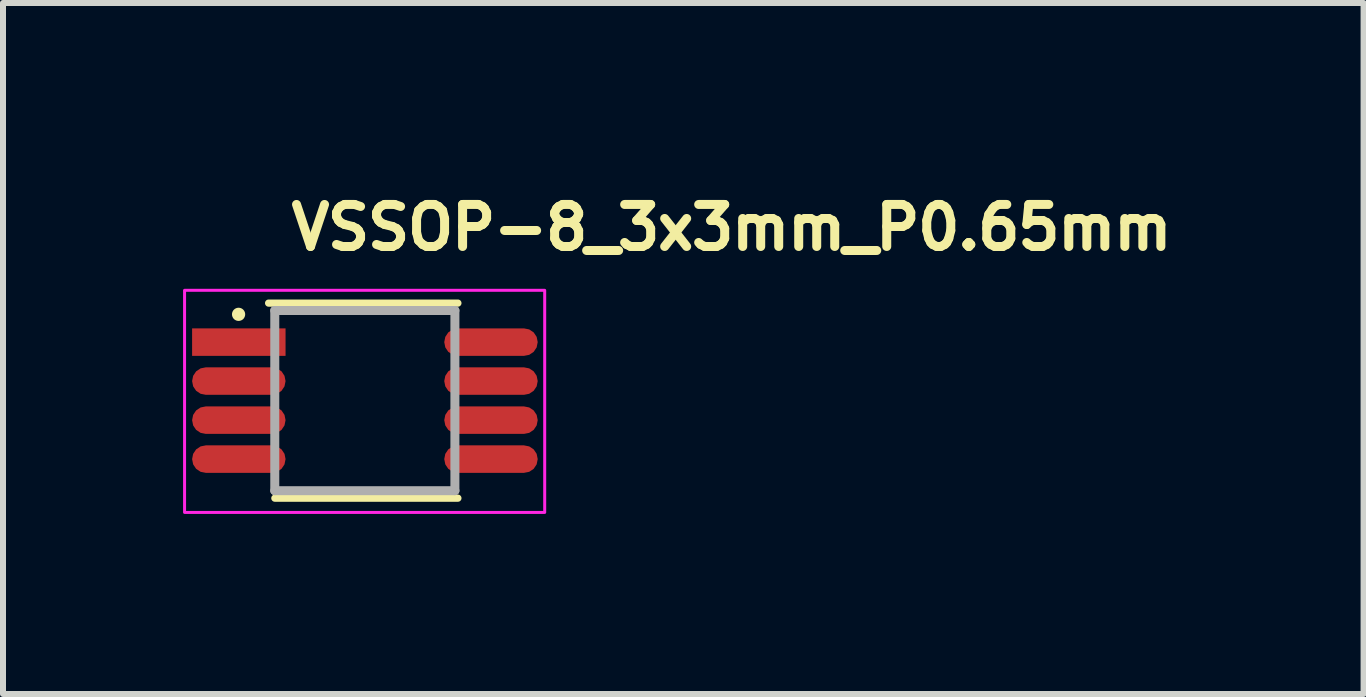
<source format=kicad_pcb>
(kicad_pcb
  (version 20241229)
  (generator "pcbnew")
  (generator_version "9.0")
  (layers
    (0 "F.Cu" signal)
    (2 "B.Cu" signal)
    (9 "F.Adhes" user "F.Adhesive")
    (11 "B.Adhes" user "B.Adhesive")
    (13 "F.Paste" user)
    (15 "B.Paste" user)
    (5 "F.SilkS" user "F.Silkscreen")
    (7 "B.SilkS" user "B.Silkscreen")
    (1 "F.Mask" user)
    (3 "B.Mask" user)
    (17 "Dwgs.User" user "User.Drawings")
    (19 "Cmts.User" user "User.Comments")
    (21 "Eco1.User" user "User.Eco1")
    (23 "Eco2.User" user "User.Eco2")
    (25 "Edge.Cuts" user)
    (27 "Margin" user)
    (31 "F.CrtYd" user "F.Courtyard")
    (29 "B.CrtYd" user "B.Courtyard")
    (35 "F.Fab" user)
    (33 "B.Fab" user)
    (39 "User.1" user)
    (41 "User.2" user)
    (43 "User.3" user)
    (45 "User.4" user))
  (footprint "VSSOP-8_3x3mm_P0.65mm"
    (layer "F.Cu")
    (at 3.025 3.587)
    (property "Reference" "VSSOP-8_3x3mm_P0.65mm" (at -1.3 -2.437 0) (layer "F.SilkS") (effects (font (size 0.7 0.7) (thickness 0.15)) (justify left bottom)))
    (attr smd)
    (fp_line (start -1.6 -1.587) (end 1.554 -1.587) (stroke (width 0.12) (type solid)) (layer "F.SilkS"))
    (fp_line (start -1.496 1.663) (end 1.554 1.663) (stroke (width 0.12) (type solid)) (layer "F.SilkS"))
    (fp_circle (center -2.1 -1.4) (end -2.05 -1.4) (stroke (width 0.12) (type solid)) (fill yes) (layer "F.SilkS"))
    (fp_rect (start -3 -1.8) (end 3 1.9) (stroke (width 0.05) (type solid)) (fill no) (layer "F.CrtYd"))
    (fp_line (start -1.497 -1.464) (end 1.504 -1.464) (stroke (width 0.15) (type solid)) (layer "F.Fab"))
    (fp_line (start -1.497 1.538) (end -1.497 -1.464) (stroke (width 0.15) (type solid)) (layer "F.Fab"))
    (fp_line (start 1.504 -1.464) (end 1.504 1.538) (stroke (width 0.15) (type solid)) (layer "F.Fab"))
    (fp_line (start 1.504 1.538) (end -1.497 1.538) (stroke (width 0.15) (type solid)) (layer "F.Fab"))
    (fp_rect (start -2.448 -1.462) (end 2.455 1.535) (stroke (width 0.1) (type solid)) (fill no) (layer "User.5"))
    (fp_line (start -2.448 -1.09) (end -2.448 -0.786) (stroke (width 0.02) (type solid)) (layer "User.9"))
    (fp_line (start -2.448 -0.441) (end -2.448 -0.135) (stroke (width 0.02) (type solid)) (layer "User.9"))
    (fp_line (start -2.448 0.209) (end -2.448 0.514) (stroke (width 0.02) (type solid)) (layer "User.9"))
    (fp_line (start -2.448 0.859) (end -2.448 1.164) (stroke (width 0.02) (type solid)) (layer "User.9"))
    (fp_line (start -2.216 -1.09) (end -2.448 -1.09) (stroke (width 0.02) (type solid)) (layer "User.9"))
    (fp_line (start -2.216 -1.09) (end -2.088 -1.09) (stroke (width 0.02) (type solid)) (layer "User.9"))
    (fp_line (start -2.216 -0.786) (end -2.448 -0.786) (stroke (width 0.02) (type solid)) (layer "User.9"))
    (fp_line (start -2.216 -0.786) (end -2.088 -0.786) (stroke (width 0.02) (type solid)) (layer "User.9"))
    (fp_line (start -2.216 -0.441) (end -2.448 -0.441) (stroke (width 0.02) (type solid)) (layer "User.9"))
    (fp_line (start -2.216 -0.441) (end -2.088 -0.441) (stroke (width 0.02) (type solid)) (layer "User.9"))
    (fp_line (start -2.216 -0.135) (end -2.448 -0.135) (stroke (width 0.02) (type solid)) (layer "User.9"))
    (fp_line (start -2.216 -0.135) (end -2.088 -0.135) (stroke (width 0.02) (type solid)) (layer "User.9"))
    (fp_line (start -2.216 0.209) (end -2.448 0.209) (stroke (width 0.02) (type solid)) (layer "User.9"))
    (fp_line (start -2.216 0.209) (end -2.088 0.209) (stroke (width 0.02) (type solid)) (layer "User.9"))
    (fp_line (start -2.216 0.514) (end -2.448 0.514) (stroke (width 0.02) (type solid)) (layer "User.9"))
    (fp_line (start -2.216 0.514) (end -2.088 0.514) (stroke (width 0.02) (type solid)) (layer "User.9"))
    (fp_line (start -2.216 0.859) (end -2.448 0.859) (stroke (width 0.02) (type solid)) (layer "User.9"))
    (fp_line (start -2.216 0.859) (end -2.088 0.859) (stroke (width 0.02) (type solid)) (layer "User.9"))
    (fp_line (start -2.216 1.164) (end -2.448 1.164) (stroke (width 0.02) (type solid)) (layer "User.9"))
    (fp_line (start -2.216 1.164) (end -2.088 1.164) (stroke (width 0.02) (type solid)) (layer "User.9"))
    (fp_line (start -2.088 -1.09) (end -2.084 -1.09) (stroke (width 0.02) (type solid)) (layer "User.9"))
    (fp_line (start -2.088 -0.441) (end -2.084 -0.441) (stroke (width 0.02) (type solid)) (layer "User.9"))
    (fp_line (start -2.088 0.209) (end -2.084 0.209) (stroke (width 0.02) (type solid)) (layer "User.9"))
    (fp_line (start -2.088 0.859) (end -2.084 0.859) (stroke (width 0.02) (type solid)) (layer "User.9"))
    (fp_line (start -2.084 -1.09) (end -1.781 -1.09) (stroke (width 0.02) (type solid)) (layer "User.9"))
    (fp_line (start -2.084 -0.786) (end -2.088 -0.786) (stroke (width 0.02) (type solid)) (layer "User.9"))
    (fp_line (start -2.084 -0.786) (end -1.781 -0.786) (stroke (width 0.02) (type solid)) (layer "User.9"))
    (fp_line (start -2.084 -0.441) (end -1.781 -0.441) (stroke (width 0.02) (type solid)) (layer "User.9"))
    (fp_line (start -2.084 -0.135) (end -2.088 -0.135) (stroke (width 0.02) (type solid)) (layer "User.9"))
    (fp_line (start -2.084 -0.135) (end -1.781 -0.135) (stroke (width 0.02) (type solid)) (layer "User.9"))
    (fp_line (start -2.084 0.209) (end -1.781 0.209) (stroke (width 0.02) (type solid)) (layer "User.9"))
    (fp_line (start -2.084 0.514) (end -2.088 0.514) (stroke (width 0.02) (type solid)) (layer "User.9"))
    (fp_line (start -2.084 0.514) (end -1.781 0.514) (stroke (width 0.02) (type solid)) (layer "User.9"))
    (fp_line (start -2.084 0.859) (end -1.781 0.859) (stroke (width 0.02) (type solid)) (layer "User.9"))
    (fp_line (start -2.084 1.164) (end -2.088 1.164) (stroke (width 0.02) (type solid)) (layer "User.9"))
    (fp_line (start -2.084 1.164) (end -1.781 1.164) (stroke (width 0.02) (type solid)) (layer "User.9"))
    (fp_line (start -1.495 -1.434) (end -1.495 -1.363) (stroke (width 0.02) (type solid)) (layer "User.9"))
    (fp_line (start -1.495 -1.434) (end -1.494 -1.436) (stroke (width 0.02) (type solid)) (layer "User.9"))
    (fp_line (start -1.495 -1.363) (end -1.495 1.437) (stroke (width 0.02) (type solid)) (layer "User.9"))
    (fp_line (start -1.495 -1.09) (end -1.781 -1.09) (stroke (width 0.02) (type solid)) (layer "User.9"))
    (fp_line (start -1.495 -0.786) (end -1.781 -0.786) (stroke (width 0.02) (type solid)) (layer "User.9"))
    (fp_line (start -1.495 -0.441) (end -1.781 -0.441) (stroke (width 0.02) (type solid)) (layer "User.9"))
    (fp_line (start -1.495 -0.135) (end -1.781 -0.135) (stroke (width 0.02) (type solid)) (layer "User.9"))
    (fp_line (start -1.495 0.209) (end -1.781 0.209) (stroke (width 0.02) (type solid)) (layer "User.9"))
    (fp_line (start -1.495 0.514) (end -1.781 0.514) (stroke (width 0.02) (type solid)) (layer "User.9"))
    (fp_line (start -1.495 0.859) (end -1.781 0.859) (stroke (width 0.02) (type solid)) (layer "User.9"))
    (fp_line (start -1.495 1.164) (end -1.781 1.164) (stroke (width 0.02) (type solid)) (layer "User.9"))
    (fp_line (start -1.495 1.437) (end -1.495 1.509) (stroke (width 0.02) (type solid)) (layer "User.9"))
    (fp_line (start -1.494 -1.436) (end -1.492 -1.438) (stroke (width 0.02) (type solid)) (layer "User.9"))
    (fp_line (start -1.494 1.51) (end -1.495 1.509) (stroke (width 0.02) (type solid)) (layer "User.9"))
    (fp_line (start -1.492 -1.438) (end -1.491 -1.44) (stroke (width 0.02) (type solid)) (layer "User.9"))
    (fp_line (start -1.492 1.513) (end -1.494 1.51) (stroke (width 0.02) (type solid)) (layer "User.9"))
    (fp_line (start -1.491 -1.44) (end -1.489 -1.442) (stroke (width 0.02) (type solid)) (layer "User.9"))
    (fp_line (start -1.491 1.514) (end -1.492 1.513) (stroke (width 0.02) (type solid)) (layer "User.9"))
    (fp_line (start -1.489 -1.442) (end -1.488 -1.443) (stroke (width 0.02) (type solid)) (layer "User.9"))
    (fp_line (start -1.489 1.517) (end -1.491 1.514) (stroke (width 0.02) (type solid)) (layer "User.9"))
    (fp_line (start -1.488 -1.443) (end -1.486 -1.445) (stroke (width 0.02) (type solid)) (layer "User.9"))
    (fp_line (start -1.488 1.518) (end -1.489 1.517) (stroke (width 0.02) (type solid)) (layer "User.9"))
    (fp_line (start -1.486 -1.445) (end -1.485 -1.447) (stroke (width 0.02) (type solid)) (layer "User.9"))
    (fp_line (start -1.486 1.519) (end -1.488 1.518) (stroke (width 0.02) (type solid)) (layer "User.9"))
    (fp_line (start -1.485 -1.447) (end -1.483 -1.449) (stroke (width 0.02) (type solid)) (layer "User.9"))
    (fp_line (start -1.485 1.522) (end -1.486 1.519) (stroke (width 0.02) (type solid)) (layer "User.9"))
    (fp_line (start -1.483 -1.449) (end -1.481 -1.451) (stroke (width 0.02) (type solid)) (layer "User.9"))
    (fp_line (start -1.483 1.523) (end -1.485 1.522) (stroke (width 0.02) (type solid)) (layer "User.9"))
    (fp_line (start -1.481 -1.451) (end -1.479 -1.453) (stroke (width 0.02) (type solid)) (layer "User.9"))
    (fp_line (start -1.481 1.525) (end -1.483 1.523) (stroke (width 0.02) (type solid)) (layer "User.9"))
    (fp_line (start -1.479 -1.453) (end -1.478 -1.455) (stroke (width 0.02) (type solid)) (layer "User.9"))
    (fp_line (start -1.479 1.526) (end -1.481 1.525) (stroke (width 0.02) (type solid)) (layer "User.9"))
    (fp_line (start -1.478 -1.455) (end -1.476 -1.456) (stroke (width 0.02) (type solid)) (layer "User.9"))
    (fp_line (start -1.478 1.529) (end -1.479 1.526) (stroke (width 0.02) (type solid)) (layer "User.9"))
    (fp_line (start -1.476 -1.456) (end -1.474 -1.458) (stroke (width 0.02) (type solid)) (layer "User.9"))
    (fp_line (start -1.476 1.53) (end -1.478 1.529) (stroke (width 0.02) (type solid)) (layer "User.9"))
    (fp_line (start -1.474 -1.458) (end -1.472 -1.459) (stroke (width 0.02) (type solid)) (layer "User.9"))
    (fp_line (start -1.474 1.531) (end -1.476 1.53) (stroke (width 0.02) (type solid)) (layer "User.9"))
    (fp_line (start -1.472 -1.459) (end -1.47 -1.461) (stroke (width 0.02) (type solid)) (layer "User.9"))
    (fp_line (start -1.472 1.533) (end -1.474 1.531) (stroke (width 0.02) (type solid)) (layer "User.9"))
    (fp_line (start -1.47 -1.461) (end -1.468 -1.462) (stroke (width 0.02) (type solid)) (layer "User.9"))
    (fp_line (start -1.47 1.534) (end -1.472 1.533) (stroke (width 0.02) (type solid)) (layer "User.9"))
    (fp_line (start -1.468 1.535) (end -1.47 1.534) (stroke (width 0.02) (type solid)) (layer "User.9"))
    (fp_line (start -1.468 1.535) (end -1.396 1.535) (stroke (width 0.02) (type solid)) (layer "User.9"))
    (fp_line (start -1.426 -1.299) (end -1.426 -1.294) (stroke (width 0.02) (type solid)) (layer "User.9"))
    (fp_line (start -1.426 1.369) (end -1.426 1.373) (stroke (width 0.02) (type solid)) (layer "User.9"))
    (fp_line (start -1.426 1.373) (end -1.425 1.378) (stroke (width 0.02) (type solid)) (layer "User.9"))
    (fp_line (start -1.425 -1.304) (end -1.426 -1.299) (stroke (width 0.02) (type solid)) (layer "User.9"))
    (fp_line (start -1.425 1.378) (end -1.424 1.384) (stroke (width 0.02) (type solid)) (layer "User.9"))
    (fp_line (start -1.424 -1.309) (end -1.425 -1.304) (stroke (width 0.02) (type solid)) (layer "User.9"))
    (fp_line (start -1.424 1.384) (end -1.423 1.389) (stroke (width 0.02) (type solid)) (layer "User.9"))
    (fp_line (start -1.423 -1.314) (end -1.424 -1.309) (stroke (width 0.02) (type solid)) (layer "User.9"))
    (fp_line (start -1.423 1.389) (end -1.422 1.393) (stroke (width 0.02) (type solid)) (layer "User.9"))
    (fp_line (start -1.422 -1.318) (end -1.423 -1.314) (stroke (width 0.02) (type solid)) (layer "User.9"))
    (fp_line (start -1.422 1.393) (end -1.421 1.397) (stroke (width 0.02) (type solid)) (layer "User.9"))
    (fp_line (start -1.421 -1.324) (end -1.422 -1.318) (stroke (width 0.02) (type solid)) (layer "User.9"))
    (fp_line (start -1.421 1.397) (end -1.419 1.402) (stroke (width 0.02) (type solid)) (layer "User.9"))
    (fp_line (start -1.419 -1.329) (end -1.421 -1.324) (stroke (width 0.02) (type solid)) (layer "User.9"))
    (fp_line (start -1.419 1.402) (end -1.417 1.406) (stroke (width 0.02) (type solid)) (layer "User.9"))
    (fp_line (start -1.417 -1.333) (end -1.419 -1.329) (stroke (width 0.02) (type solid)) (layer "User.9"))
    (fp_line (start -1.417 1.406) (end -1.415 1.41) (stroke (width 0.02) (type solid)) (layer "User.9"))
    (fp_line (start -1.415 -1.337) (end -1.417 -1.333) (stroke (width 0.02) (type solid)) (layer "User.9"))
    (fp_line (start -1.415 1.41) (end -1.413 1.414) (stroke (width 0.02) (type solid)) (layer "User.9"))
    (fp_line (start -1.413 -1.341) (end -1.415 -1.337) (stroke (width 0.02) (type solid)) (layer "User.9"))
    (fp_line (start -1.413 1.414) (end -1.411 1.418) (stroke (width 0.02) (type solid)) (layer "User.9"))
    (fp_line (start -1.411 -1.345) (end -1.413 -1.341) (stroke (width 0.02) (type solid)) (layer "User.9"))
    (fp_line (start -1.411 1.418) (end -1.408 1.422) (stroke (width 0.02) (type solid)) (layer "User.9"))
    (fp_line (start -1.408 -1.349) (end -1.411 -1.345) (stroke (width 0.02) (type solid)) (layer "User.9"))
    (fp_line (start -1.408 1.422) (end -1.405 1.426) (stroke (width 0.02) (type solid)) (layer "User.9"))
    (fp_line (start -1.405 -1.353) (end -1.408 -1.349) (stroke (width 0.02) (type solid)) (layer "User.9"))
    (fp_line (start -1.405 1.426) (end -1.402 1.43) (stroke (width 0.02) (type solid)) (layer "User.9"))
    (fp_line (start -1.402 -1.356) (end -1.405 -1.353) (stroke (width 0.02) (type solid)) (layer "User.9"))
    (fp_line (start -1.402 1.43) (end -1.399 1.433) (stroke (width 0.02) (type solid)) (layer "User.9"))
    (fp_line (start -1.399 -1.359) (end -1.402 -1.356) (stroke (width 0.02) (type solid)) (layer "User.9"))
    (fp_line (start -1.399 1.433) (end -1.396 1.437) (stroke (width 0.02) (type solid)) (layer "User.9"))
    (fp_line (start -1.396 -1.462) (end -1.468 -1.462) (stroke (width 0.02) (type solid)) (layer "User.9"))
    (fp_line (start -1.396 -1.363) (end -1.399 -1.359) (stroke (width 0.02) (type solid)) (layer "User.9"))
    (fp_line (start -1.396 1.437) (end -1.393 1.441) (stroke (width 0.02) (type solid)) (layer "User.9"))
    (fp_line (start -1.396 1.535) (end 1.403 1.535) (stroke (width 0.02) (type solid)) (layer "User.9"))
    (fp_line (start -1.393 -1.366) (end -1.396 -1.363) (stroke (width 0.02) (type solid)) (layer "User.9"))
    (fp_line (start -1.393 1.441) (end -1.39 1.444) (stroke (width 0.02) (type solid)) (layer "User.9"))
    (fp_line (start -1.39 -1.369) (end -1.393 -1.366) (stroke (width 0.02) (type solid)) (layer "User.9"))
    (fp_line (start -1.39 1.444) (end -1.386 1.446) (stroke (width 0.02) (type solid)) (layer "User.9"))
    (fp_line (start -1.386 -1.372) (end -1.39 -1.369) (stroke (width 0.02) (type solid)) (layer "User.9"))
    (fp_line (start -1.386 1.446) (end -1.383 1.449) (stroke (width 0.02) (type solid)) (layer "User.9"))
    (fp_line (start -1.383 -1.375) (end -1.386 -1.372) (stroke (width 0.02) (type solid)) (layer "User.9"))
    (fp_line (start -1.383 1.449) (end -1.379 1.453) (stroke (width 0.02) (type solid)) (layer "User.9"))
    (fp_line (start -1.379 -1.378) (end -1.383 -1.375) (stroke (width 0.02) (type solid)) (layer "User.9"))
    (fp_line (start -1.379 1.453) (end -1.375 1.454) (stroke (width 0.02) (type solid)) (layer "User.9"))
    (fp_line (start -1.375 -1.38) (end -1.379 -1.378) (stroke (width 0.02) (type solid)) (layer "User.9"))
    (fp_line (start -1.375 1.454) (end -1.37 1.457) (stroke (width 0.02) (type solid)) (layer "User.9"))
    (fp_line (start -1.37 -1.382) (end -1.375 -1.38) (stroke (width 0.02) (type solid)) (layer "User.9"))
    (fp_line (start -1.37 1.457) (end -1.366 1.458) (stroke (width 0.02) (type solid)) (layer "User.9"))
    (fp_line (start -1.366 -1.384) (end -1.37 -1.382) (stroke (width 0.02) (type solid)) (layer "User.9"))
    (fp_line (start -1.366 1.458) (end -1.362 1.461) (stroke (width 0.02) (type solid)) (layer "User.9"))
    (fp_line (start -1.362 -1.387) (end -1.366 -1.384) (stroke (width 0.02) (type solid)) (layer "User.9"))
    (fp_line (start -1.362 1.461) (end -1.357 1.462) (stroke (width 0.02) (type solid)) (layer "User.9"))
    (fp_line (start -1.357 -1.389) (end -1.362 -1.387) (stroke (width 0.02) (type solid)) (layer "User.9"))
    (fp_line (start -1.357 1.462) (end -1.353 1.464) (stroke (width 0.02) (type solid)) (layer "User.9"))
    (fp_line (start -1.353 -1.39) (end -1.357 -1.389) (stroke (width 0.02) (type solid)) (layer "User.9"))
    (fp_line (start -1.353 1.464) (end -1.348 1.465) (stroke (width 0.02) (type solid)) (layer "User.9"))
    (fp_line (start -1.348 -1.391) (end -1.353 -1.39) (stroke (width 0.02) (type solid)) (layer "User.9"))
    (fp_line (start -1.348 1.465) (end -1.343 1.465) (stroke (width 0.02) (type solid)) (layer "User.9"))
    (fp_line (start -1.343 -1.392) (end -1.348 -1.391) (stroke (width 0.02) (type solid)) (layer "User.9"))
    (fp_line (start -1.343 1.465) (end -1.338 1.466) (stroke (width 0.02) (type solid)) (layer "User.9"))
    (fp_line (start -1.338 -1.393) (end -1.343 -1.392) (stroke (width 0.02) (type solid)) (layer "User.9"))
    (fp_line (start -1.338 1.466) (end -1.333 1.466) (stroke (width 0.02) (type solid)) (layer "User.9"))
    (fp_line (start -1.333 -1.393) (end -1.338 -1.393) (stroke (width 0.02) (type solid)) (layer "User.9"))
    (fp_line (start -1.333 1.466) (end -1.327 1.468) (stroke (width 0.02) (type solid)) (layer "User.9"))
    (fp_line (start -1.327 -1.394) (end -1.333 -1.393) (stroke (width 0.02) (type solid)) (layer "User.9"))
    (fp_line (start 1.335 1.468) (end 1.341 1.466) (stroke (width 0.02) (type solid)) (layer "User.9"))
    (fp_line (start 1.341 -1.393) (end 1.335 -1.394) (stroke (width 0.02) (type solid)) (layer "User.9"))
    (fp_line (start 1.341 1.466) (end 1.346 1.466) (stroke (width 0.02) (type solid)) (layer "User.9"))
    (fp_line (start 1.346 -1.393) (end 1.341 -1.393) (stroke (width 0.02) (type solid)) (layer "User.9"))
    (fp_line (start 1.346 1.466) (end 1.35 1.465) (stroke (width 0.02) (type solid)) (layer "User.9"))
    (fp_line (start 1.35 -1.392) (end 1.346 -1.393) (stroke (width 0.02) (type solid)) (layer "User.9"))
    (fp_line (start 1.35 1.465) (end 1.355 1.465) (stroke (width 0.02) (type solid)) (layer "User.9"))
    (fp_line (start 1.355 -1.391) (end 1.35 -1.392) (stroke (width 0.02) (type solid)) (layer "User.9"))
    (fp_line (start 1.355 1.465) (end 1.359 1.464) (stroke (width 0.02) (type solid)) (layer "User.9"))
    (fp_line (start 1.359 -1.39) (end 1.355 -1.391) (stroke (width 0.02) (type solid)) (layer "User.9"))
    (fp_line (start 1.359 1.464) (end 1.364 1.462) (stroke (width 0.02) (type solid)) (layer "User.9"))
    (fp_line (start 1.364 -1.389) (end 1.359 -1.39) (stroke (width 0.02) (type solid)) (layer "User.9"))
    (fp_line (start 1.364 1.462) (end 1.368 1.461) (stroke (width 0.02) (type solid)) (layer "User.9"))
    (fp_line (start 1.368 -1.387) (end 1.364 -1.389) (stroke (width 0.02) (type solid)) (layer "User.9"))
    (fp_line (start 1.368 1.461) (end 1.374 1.458) (stroke (width 0.02) (type solid)) (layer "User.9"))
    (fp_line (start 1.374 -1.384) (end 1.368 -1.387) (stroke (width 0.02) (type solid)) (layer "User.9"))
    (fp_line (start 1.374 1.458) (end 1.378 1.457) (stroke (width 0.02) (type solid)) (layer "User.9"))
    (fp_line (start 1.378 -1.382) (end 1.374 -1.384) (stroke (width 0.02) (type solid)) (layer "User.9"))
    (fp_line (start 1.378 1.457) (end 1.382 1.454) (stroke (width 0.02) (type solid)) (layer "User.9"))
    (fp_line (start 1.382 -1.38) (end 1.378 -1.382) (stroke (width 0.02) (type solid)) (layer "User.9"))
    (fp_line (start 1.382 1.454) (end 1.386 1.453) (stroke (width 0.02) (type solid)) (layer "User.9"))
    (fp_line (start 1.386 -1.378) (end 1.382 -1.38) (stroke (width 0.02) (type solid)) (layer "User.9"))
    (fp_line (start 1.386 1.453) (end 1.39 1.449) (stroke (width 0.02) (type solid)) (layer "User.9"))
    (fp_line (start 1.39 -1.375) (end 1.386 -1.378) (stroke (width 0.02) (type solid)) (layer "User.9"))
    (fp_line (start 1.39 1.449) (end 1.394 1.446) (stroke (width 0.02) (type solid)) (layer "User.9"))
    (fp_line (start 1.394 -1.372) (end 1.39 -1.375) (stroke (width 0.02) (type solid)) (layer "User.9"))
    (fp_line (start 1.394 1.446) (end 1.398 1.444) (stroke (width 0.02) (type solid)) (layer "User.9"))
    (fp_line (start 1.398 -1.369) (end 1.394 -1.372) (stroke (width 0.02) (type solid)) (layer "User.9"))
    (fp_line (start 1.398 1.444) (end 1.4 1.441) (stroke (width 0.02) (type solid)) (layer "User.9"))
    (fp_line (start 1.4 -1.366) (end 1.398 -1.369) (stroke (width 0.02) (type solid)) (layer "User.9"))
    (fp_line (start 1.4 1.441) (end 1.404 1.437) (stroke (width 0.02) (type solid)) (layer "User.9"))
    (fp_line (start 1.403 -1.462) (end -1.396 -1.462) (stroke (width 0.02) (type solid)) (layer "User.9"))
    (fp_line (start 1.403 1.535) (end 1.475 1.535) (stroke (width 0.02) (type solid)) (layer "User.9"))
    (fp_line (start 1.404 -1.363) (end 1.4 -1.366) (stroke (width 0.02) (type solid)) (layer "User.9"))
    (fp_line (start 1.404 1.437) (end 1.407 1.433) (stroke (width 0.02) (type solid)) (layer "User.9"))
    (fp_line (start 1.407 -1.359) (end 1.404 -1.363) (stroke (width 0.02) (type solid)) (layer "User.9"))
    (fp_line (start 1.407 1.433) (end 1.411 1.43) (stroke (width 0.02) (type solid)) (layer "User.9"))
    (fp_line (start 1.411 -1.356) (end 1.407 -1.359) (stroke (width 0.02) (type solid)) (layer "User.9"))
    (fp_line (start 1.411 1.43) (end 1.414 1.426) (stroke (width 0.02) (type solid)) (layer "User.9"))
    (fp_line (start 1.414 -1.353) (end 1.411 -1.356) (stroke (width 0.02) (type solid)) (layer "User.9"))
    (fp_line (start 1.414 1.426) (end 1.416 1.422) (stroke (width 0.02) (type solid)) (layer "User.9"))
    (fp_line (start 1.416 -1.349) (end 1.414 -1.353) (stroke (width 0.02) (type solid)) (layer "User.9"))
    (fp_line (start 1.416 1.422) (end 1.419 1.418) (stroke (width 0.02) (type solid)) (layer "User.9"))
    (fp_line (start 1.419 -1.345) (end 1.416 -1.349) (stroke (width 0.02) (type solid)) (layer "User.9"))
    (fp_line (start 1.419 1.418) (end 1.422 1.414) (stroke (width 0.02) (type solid)) (layer "User.9"))
    (fp_line (start 1.422 -1.341) (end 1.419 -1.345) (stroke (width 0.02) (type solid)) (layer "User.9"))
    (fp_line (start 1.422 1.414) (end 1.423 1.41) (stroke (width 0.02) (type solid)) (layer "User.9"))
    (fp_line (start 1.423 -1.337) (end 1.422 -1.341) (stroke (width 0.02) (type solid)) (layer "User.9"))
    (fp_line (start 1.423 1.41) (end 1.426 1.406) (stroke (width 0.02) (type solid)) (layer "User.9"))
    (fp_line (start 1.426 -1.333) (end 1.423 -1.337) (stroke (width 0.02) (type solid)) (layer "User.9"))
    (fp_line (start 1.426 1.406) (end 1.427 1.402) (stroke (width 0.02) (type solid)) (layer "User.9"))
    (fp_line (start 1.427 -1.329) (end 1.426 -1.333) (stroke (width 0.02) (type solid)) (layer "User.9"))
    (fp_line (start 1.427 1.402) (end 1.43 1.397) (stroke (width 0.02) (type solid)) (layer "User.9"))
    (fp_line (start 1.43 -1.324) (end 1.427 -1.329) (stroke (width 0.02) (type solid)) (layer "User.9"))
    (fp_line (start 1.43 1.397) (end 1.431 1.393) (stroke (width 0.02) (type solid)) (layer "User.9"))
    (fp_line (start 1.431 -1.318) (end 1.43 -1.324) (stroke (width 0.02) (type solid)) (layer "User.9"))
    (fp_line (start 1.431 -1.314) (end 1.431 -1.318) (stroke (width 0.02) (type solid)) (layer "User.9"))
    (fp_line (start 1.431 1.389) (end 1.432 1.384) (stroke (width 0.02) (type solid)) (layer "User.9"))
    (fp_line (start 1.431 1.393) (end 1.431 1.389) (stroke (width 0.02) (type solid)) (layer "User.9"))
    (fp_line (start 1.432 -1.309) (end 1.431 -1.314) (stroke (width 0.02) (type solid)) (layer "User.9"))
    (fp_line (start 1.432 1.384) (end 1.434 1.378) (stroke (width 0.02) (type solid)) (layer "User.9"))
    (fp_line (start 1.434 -1.304) (end 1.432 -1.309) (stroke (width 0.02) (type solid)) (layer "User.9"))
    (fp_line (start 1.434 -1.299) (end 1.434 -1.304) (stroke (width 0.02) (type solid)) (layer "User.9"))
    (fp_line (start 1.434 1.373) (end 1.435 1.369) (stroke (width 0.02) (type solid)) (layer "User.9"))
    (fp_line (start 1.434 1.378) (end 1.434 1.373) (stroke (width 0.02) (type solid)) (layer "User.9"))
    (fp_line (start 1.435 -1.294) (end 1.434 -1.299) (stroke (width 0.02) (type solid)) (layer "User.9"))
    (fp_line (start 1.475 -1.462) (end 1.403 -1.462) (stroke (width 0.02) (type solid)) (layer "User.9"))
    (fp_line (start 1.475 -1.462) (end 1.478 -1.461) (stroke (width 0.02) (type solid)) (layer "User.9"))
    (fp_line (start 1.478 -1.461) (end 1.479 -1.459) (stroke (width 0.02) (type solid)) (layer "User.9"))
    (fp_line (start 1.478 1.534) (end 1.475 1.535) (stroke (width 0.02) (type solid)) (layer "User.9"))
    (fp_line (start 1.479 -1.459) (end 1.482 -1.458) (stroke (width 0.02) (type solid)) (layer "User.9"))
    (fp_line (start 1.479 1.533) (end 1.478 1.534) (stroke (width 0.02) (type solid)) (layer "User.9"))
    (fp_line (start 1.482 -1.458) (end 1.483 -1.456) (stroke (width 0.02) (type solid)) (layer "User.9"))
    (fp_line (start 1.482 1.531) (end 1.479 1.533) (stroke (width 0.02) (type solid)) (layer "User.9"))
    (fp_line (start 1.483 -1.456) (end 1.484 -1.455) (stroke (width 0.02) (type solid)) (layer "User.9"))
    (fp_line (start 1.483 1.53) (end 1.482 1.531) (stroke (width 0.02) (type solid)) (layer "User.9"))
    (fp_line (start 1.484 -1.455) (end 1.487 -1.453) (stroke (width 0.02) (type solid)) (layer "User.9"))
    (fp_line (start 1.484 1.529) (end 1.483 1.53) (stroke (width 0.02) (type solid)) (layer "User.9"))
    (fp_line (start 1.487 -1.453) (end 1.488 -1.451) (stroke (width 0.02) (type solid)) (layer "User.9"))
    (fp_line (start 1.487 1.526) (end 1.484 1.529) (stroke (width 0.02) (type solid)) (layer "User.9"))
    (fp_line (start 1.488 -1.451) (end 1.491 -1.449) (stroke (width 0.02) (type solid)) (layer "User.9"))
    (fp_line (start 1.488 1.525) (end 1.487 1.526) (stroke (width 0.02) (type solid)) (layer "User.9"))
    (fp_line (start 1.491 -1.449) (end 1.492 -1.447) (stroke (width 0.02) (type solid)) (layer "User.9"))
    (fp_line (start 1.491 1.523) (end 1.488 1.525) (stroke (width 0.02) (type solid)) (layer "User.9"))
    (fp_line (start 1.492 -1.447) (end 1.493 -1.445) (stroke (width 0.02) (type solid)) (layer "User.9"))
    (fp_line (start 1.492 1.522) (end 1.491 1.523) (stroke (width 0.02) (type solid)) (layer "User.9"))
    (fp_line (start 1.493 -1.445) (end 1.496 -1.443) (stroke (width 0.02) (type solid)) (layer "User.9"))
    (fp_line (start 1.493 1.519) (end 1.492 1.522) (stroke (width 0.02) (type solid)) (layer "User.9"))
    (fp_line (start 1.496 -1.443) (end 1.496 -1.442) (stroke (width 0.02) (type solid)) (layer "User.9"))
    (fp_line (start 1.496 -1.442) (end 1.499 -1.44) (stroke (width 0.02) (type solid)) (layer "User.9"))
    (fp_line (start 1.496 1.517) (end 1.496 1.518) (stroke (width 0.02) (type solid)) (layer "User.9"))
    (fp_line (start 1.496 1.518) (end 1.493 1.519) (stroke (width 0.02) (type solid)) (layer "User.9"))
    (fp_line (start 1.499 -1.44) (end 1.5 -1.438) (stroke (width 0.02) (type solid)) (layer "User.9"))
    (fp_line (start 1.499 1.514) (end 1.496 1.517) (stroke (width 0.02) (type solid)) (layer "User.9"))
    (fp_line (start 1.5 -1.438) (end 1.501 -1.436) (stroke (width 0.02) (type solid)) (layer "User.9"))
    (fp_line (start 1.5 1.513) (end 1.499 1.514) (stroke (width 0.02) (type solid)) (layer "User.9"))
    (fp_line (start 1.501 -1.436) (end 1.503 -1.434) (stroke (width 0.02) (type solid)) (layer "User.9"))
    (fp_line (start 1.501 1.51) (end 1.5 1.513) (stroke (width 0.02) (type solid)) (layer "User.9"))
    (fp_line (start 1.503 -1.363) (end 1.503 -1.434) (stroke (width 0.02) (type solid)) (layer "User.9"))
    (fp_line (start 1.503 -1.09) (end 1.789 -1.09) (stroke (width 0.02) (type solid)) (layer "User.9"))
    (fp_line (start 1.503 -0.786) (end 1.789 -0.786) (stroke (width 0.02) (type solid)) (layer "User.9"))
    (fp_line (start 1.503 -0.441) (end 1.789 -0.441) (stroke (width 0.02) (type solid)) (layer "User.9"))
    (fp_line (start 1.503 -0.135) (end 1.789 -0.135) (stroke (width 0.02) (type solid)) (layer "User.9"))
    (fp_line (start 1.503 0.209) (end 1.789 0.209) (stroke (width 0.02) (type solid)) (layer "User.9"))
    (fp_line (start 1.503 0.514) (end 1.789 0.514) (stroke (width 0.02) (type solid)) (layer "User.9"))
    (fp_line (start 1.503 0.859) (end 1.789 0.859) (stroke (width 0.02) (type solid)) (layer "User.9"))
    (fp_line (start 1.503 1.164) (end 1.789 1.164) (stroke (width 0.02) (type solid)) (layer "User.9"))
    (fp_line (start 1.503 1.437) (end 1.503 -1.363) (stroke (width 0.02) (type solid)) (layer "User.9"))
    (fp_line (start 1.503 1.509) (end 1.501 1.51) (stroke (width 0.02) (type solid)) (layer "User.9"))
    (fp_line (start 1.503 1.509) (end 1.503 1.437) (stroke (width 0.02) (type solid)) (layer "User.9"))
    (fp_line (start 2.092 -1.09) (end 1.789 -1.09) (stroke (width 0.02) (type solid)) (layer "User.9"))
    (fp_line (start 2.092 -1.09) (end 2.097 -1.09) (stroke (width 0.02) (type solid)) (layer "User.9"))
    (fp_line (start 2.092 -0.786) (end 1.789 -0.786) (stroke (width 0.02) (type solid)) (layer "User.9"))
    (fp_line (start 2.092 -0.441) (end 1.789 -0.441) (stroke (width 0.02) (type solid)) (layer "User.9"))
    (fp_line (start 2.092 -0.441) (end 2.097 -0.441) (stroke (width 0.02) (type solid)) (layer "User.9"))
    (fp_line (start 2.092 -0.135) (end 1.789 -0.135) (stroke (width 0.02) (type solid)) (layer "User.9"))
    (fp_line (start 2.092 0.209) (end 1.789 0.209) (stroke (width 0.02) (type solid)) (layer "User.9"))
    (fp_line (start 2.092 0.209) (end 2.097 0.209) (stroke (width 0.02) (type solid)) (layer "User.9"))
    (fp_line (start 2.092 0.514) (end 1.789 0.514) (stroke (width 0.02) (type solid)) (layer "User.9"))
    (fp_line (start 2.092 0.859) (end 1.789 0.859) (stroke (width 0.02) (type solid)) (layer "User.9"))
    (fp_line (start 2.092 0.859) (end 2.097 0.859) (stroke (width 0.02) (type solid)) (layer "User.9"))
    (fp_line (start 2.092 1.164) (end 1.789 1.164) (stroke (width 0.02) (type solid)) (layer "User.9"))
    (fp_line (start 2.097 -0.786) (end 2.092 -0.786) (stroke (width 0.02) (type solid)) (layer "User.9"))
    (fp_line (start 2.097 -0.135) (end 2.092 -0.135) (stroke (width 0.02) (type solid)) (layer "User.9"))
    (fp_line (start 2.097 0.514) (end 2.092 0.514) (stroke (width 0.02) (type solid)) (layer "User.9"))
    (fp_line (start 2.097 1.164) (end 2.092 1.164) (stroke (width 0.02) (type solid)) (layer "User.9"))
    (fp_line (start 2.224 -1.09) (end 2.097 -1.09) (stroke (width 0.02) (type solid)) (layer "User.9"))
    (fp_line (start 2.224 -1.09) (end 2.455 -1.09) (stroke (width 0.02) (type solid)) (layer "User.9"))
    (fp_line (start 2.224 -0.786) (end 2.097 -0.786) (stroke (width 0.02) (type solid)) (layer "User.9"))
    (fp_line (start 2.224 -0.786) (end 2.455 -0.786) (stroke (width 0.02) (type solid)) (layer "User.9"))
    (fp_line (start 2.224 -0.441) (end 2.097 -0.441) (stroke (width 0.02) (type solid)) (layer "User.9"))
    (fp_line (start 2.224 -0.441) (end 2.455 -0.441) (stroke (width 0.02) (type solid)) (layer "User.9"))
    (fp_line (start 2.224 -0.135) (end 2.097 -0.135) (stroke (width 0.02) (type solid)) (layer "User.9"))
    (fp_line (start 2.224 -0.135) (end 2.455 -0.135) (stroke (width 0.02) (type solid)) (layer "User.9"))
    (fp_line (start 2.224 0.209) (end 2.097 0.209) (stroke (width 0.02) (type solid)) (layer "User.9"))
    (fp_line (start 2.224 0.209) (end 2.455 0.209) (stroke (width 0.02) (type solid)) (layer "User.9"))
    (fp_line (start 2.224 0.514) (end 2.097 0.514) (stroke (width 0.02) (type solid)) (layer "User.9"))
    (fp_line (start 2.224 0.514) (end 2.455 0.514) (stroke (width 0.02) (type solid)) (layer "User.9"))
    (fp_line (start 2.224 0.859) (end 2.097 0.859) (stroke (width 0.02) (type solid)) (layer "User.9"))
    (fp_line (start 2.224 0.859) (end 2.455 0.859) (stroke (width 0.02) (type solid)) (layer "User.9"))
    (fp_line (start 2.224 1.164) (end 2.097 1.164) (stroke (width 0.02) (type solid)) (layer "User.9"))
    (fp_line (start 2.224 1.164) (end 2.455 1.164) (stroke (width 0.02) (type solid)) (layer "User.9"))
    (fp_line (start 2.455 -0.786) (end 2.455 -1.09) (stroke (width 0.02) (type solid)) (layer "User.9"))
    (fp_line (start 2.455 -0.135) (end 2.455 -0.441) (stroke (width 0.02) (type solid)) (layer "User.9"))
    (fp_line (start 2.455 0.514) (end 2.455 0.209) (stroke (width 0.02) (type solid)) (layer "User.9"))
    (fp_line (start 2.455 1.164) (end 2.455 0.859) (stroke (width 0.02) (type solid)) (layer "User.9"))
    (pad "1" smd rect (at -2.096 -0.937) (size 1.557 0.458) (layers "F.Cu" "F.Mask" "F.Paste"))
    (pad "2" smd roundrect (at -2.096 -0.288) (size 1.557 0.458) (layers "F.Cu" "F.Mask" "F.Paste") (roundrect_rratio 0.5))
    (pad "3" smd roundrect (at -2.096 0.363) (size 1.557 0.458) (layers "F.Cu" "F.Mask" "F.Paste") (roundrect_rratio 0.5))
    (pad "4" smd roundrect (at -2.096 1.012) (size 1.557 0.458) (layers "F.Cu" "F.Mask" "F.Paste") (roundrect_rratio 0.5))
    (pad "5" smd roundrect (at 2.105 1.012) (size 1.557 0.458) (layers "F.Cu" "F.Mask" "F.Paste") (roundrect_rratio 0.5))
    (pad "6" smd roundrect (at 2.105 0.363) (size 1.557 0.458) (layers "F.Cu" "F.Mask" "F.Paste") (roundrect_rratio 0.5))
    (pad "7" smd roundrect (at 2.105 -0.288) (size 1.557 0.458) (layers "F.Cu" "F.Mask" "F.Paste") (roundrect_rratio 0.5))
    (pad "8" smd roundrect (at 2.105 -0.937) (size 1.557 0.458) (layers "F.Cu" "F.Mask" "F.Paste") (roundrect_rratio 0.5)))
  (gr_rect
    (start -3 -3)
    (end 19.668 8.512)
    (stroke (width 0.1) (type default))
    (fill no)
    (layer "Edge.Cuts")))
</source>
